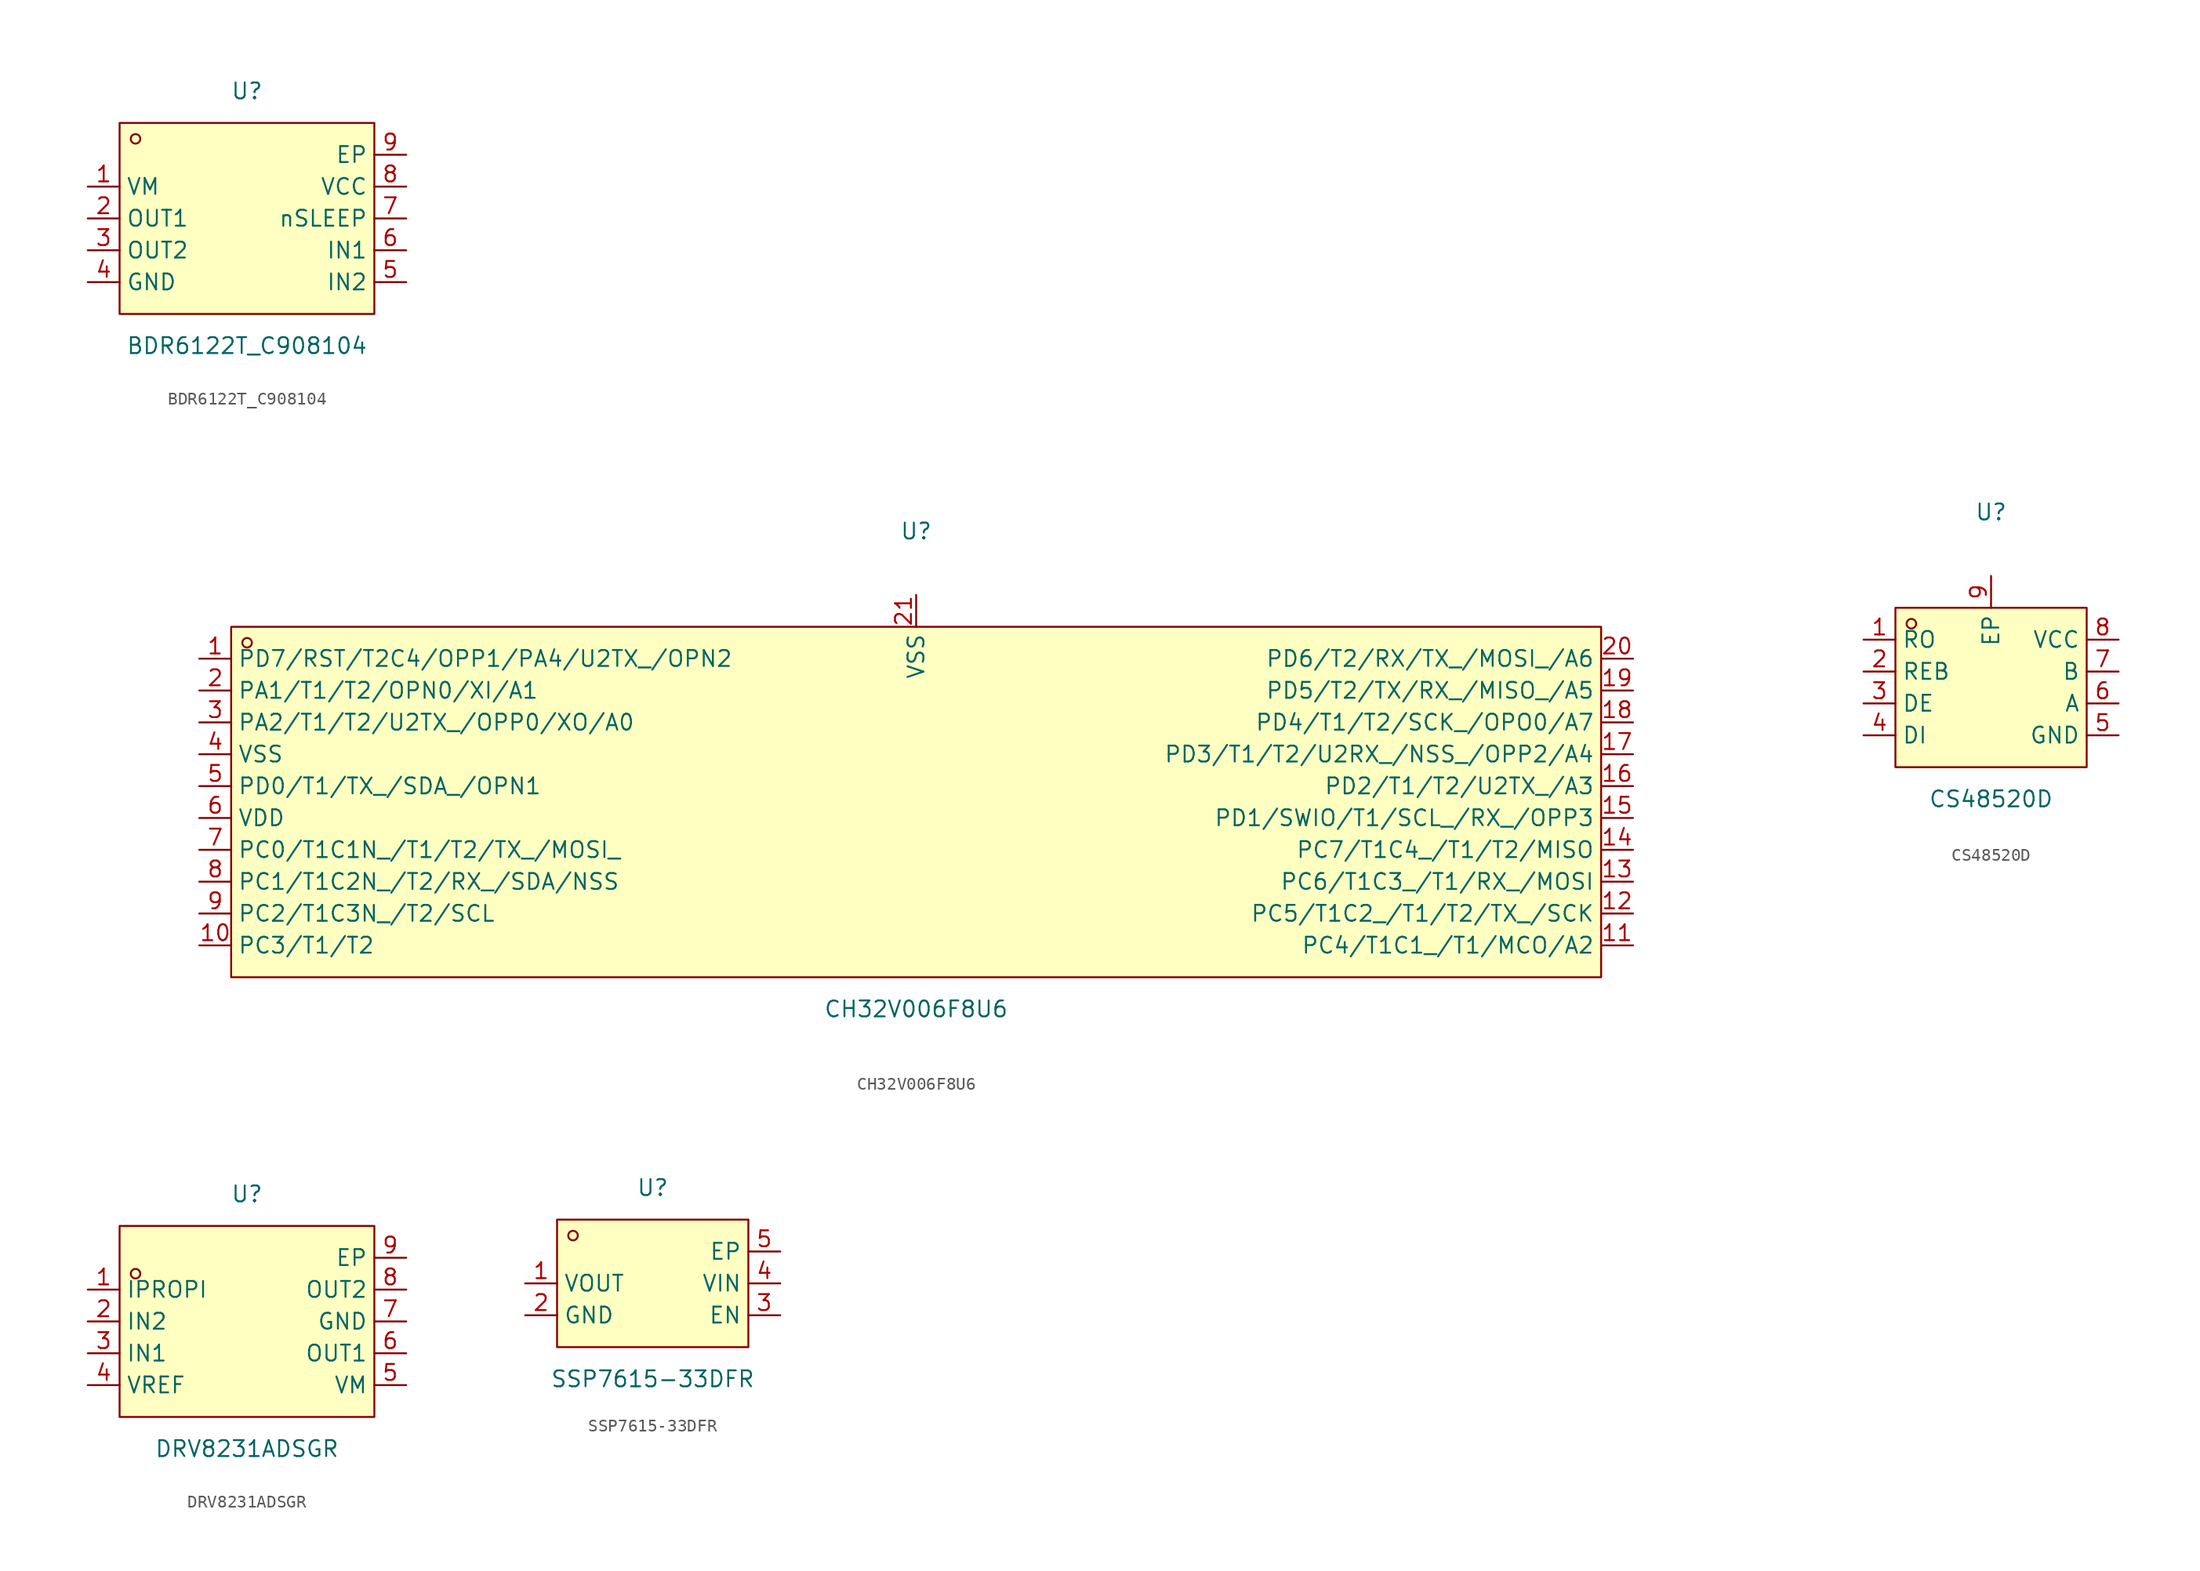
<source format=kicad_sym>
(kicad_symbol_lib
  (version 20231120)
  (generator "kicad_symbol_editor")
  (generator_version "8.0")
  (symbol "BDR6122T_C908104"
    (property "Reference" "U"
      (at 0 10.16 0)
      (effects (font (size 1.27 1.27))))
    (property "Value" "BDR6122T_C908104"
      (at 0 -10.16 0)
      (effects (font (size 1.27 1.27))))
    (symbol "BDR6122T_C908104_0_1"
      (rectangle (start -10.16 7.62) (end 10.16 -7.62) (stroke (width 0) (type default) (color 0 0 0 0)) (fill (type background)))
      (circle (center -8.89 6.35) (radius 0.38) (stroke (width 0) (type default) (color 0 0 0 0)) (fill (type none)))
      (pin unspecified line (at -12.70 2.54 0) (length 2.54) (name "VM" (effects (font (size 1.27 1.27)))) (number "1" (effects (font (size 1.27 1.27)))))
      (pin unspecified line (at -12.70 -0.00 0) (length 2.54) (name "OUT1" (effects (font (size 1.27 1.27)))) (number "2" (effects (font (size 1.27 1.27)))))
      (pin unspecified line (at -12.70 -2.54 0) (length 2.54) (name "OUT2" (effects (font (size 1.27 1.27)))) (number "3" (effects (font (size 1.27 1.27)))))
      (pin unspecified line (at -12.70 -5.08 0) (length 2.54) (name "GND" (effects (font (size 1.27 1.27)))) (number "4" (effects (font (size 1.27 1.27)))))
      (pin unspecified line (at 12.70 -5.08 180) (length 2.54) (name "IN2" (effects (font (size 1.27 1.27)))) (number "5" (effects (font (size 1.27 1.27)))))
      (pin unspecified line (at 12.70 -2.54 180) (length 2.54) (name "IN1" (effects (font (size 1.27 1.27)))) (number "6" (effects (font (size 1.27 1.27)))))
      (pin unspecified line (at 12.70 -0.00 180) (length 2.54) (name "nSLEEP" (effects (font (size 1.27 1.27)))) (number "7" (effects (font (size 1.27 1.27)))))
      (pin unspecified line (at 12.70 2.54 180) (length 2.54) (name "VCC" (effects (font (size 1.27 1.27)))) (number "8" (effects (font (size 1.27 1.27)))))
      (pin unspecified line (at 12.70 5.08 180) (length 2.54) (name "EP" (effects (font (size 1.27 1.27)))) (number "9" (effects (font (size 1.27 1.27)))))))
  (symbol "CH32V006F8U6"
    (property "Reference" "U"
      (at 0 21.59 0)
      (effects (font (size 1.27 1.27))))
    (property "Value" "CH32V006F8U6"
      (at 0 -16.51 0)
      (effects (font (size 1.27 1.27))))
    (symbol "CH32V006F8U6_0_1"
      (rectangle (start -54.61 13.97) (end 54.61 -13.97) (stroke (width 0) (type default) (color 0 0 0 0)) (fill (type background)))
      (circle (center -53.34 12.70) (radius 0.38) (stroke (width 0) (type default) (color 0 0 0 0)) (fill (type none)))
      (pin unspecified line (at -57.15 11.43 0) (length 2.54) (name "PD7/RST/T2C4/OPP1/PA4/U2TX_/OPN2" (effects (font (size 1.27 1.27)))) (number "1" (effects (font (size 1.27 1.27)))))
      (pin unspecified line (at -57.15 8.89 0) (length 2.54) (name "PA1/T1/T2/OPN0/XI/A1" (effects (font (size 1.27 1.27)))) (number "2" (effects (font (size 1.27 1.27)))))
      (pin unspecified line (at -57.15 6.35 0) (length 2.54) (name "PA2/T1/T2/U2TX_/OPP0/XO/A0" (effects (font (size 1.27 1.27)))) (number "3" (effects (font (size 1.27 1.27)))))
      (pin unspecified line (at -57.15 3.81 0) (length 2.54) (name "VSS" (effects (font (size 1.27 1.27)))) (number "4" (effects (font (size 1.27 1.27)))))
      (pin unspecified line (at -57.15 1.27 0) (length 2.54) (name "PD0/T1/TX_/SDA_/OPN1" (effects (font (size 1.27 1.27)))) (number "5" (effects (font (size 1.27 1.27)))))
      (pin unspecified line (at -57.15 -1.27 0) (length 2.54) (name "VDD" (effects (font (size 1.27 1.27)))) (number "6" (effects (font (size 1.27 1.27)))))
      (pin unspecified line (at -57.15 -3.81 0) (length 2.54) (name "PC0/T1C1N_/T1/T2/TX_/MOSI_" (effects (font (size 1.27 1.27)))) (number "7" (effects (font (size 1.27 1.27)))))
      (pin unspecified line (at -57.15 -6.35 0) (length 2.54) (name "PC1/T1C2N_/T2/RX_/SDA/NSS" (effects (font (size 1.27 1.27)))) (number "8" (effects (font (size 1.27 1.27)))))
      (pin unspecified line (at -57.15 -8.89 0) (length 2.54) (name "PC2/T1C3N_/T2/SCL" (effects (font (size 1.27 1.27)))) (number "9" (effects (font (size 1.27 1.27)))))
      (pin unspecified line (at -57.15 -11.43 0) (length 2.54) (name "PC3/T1/T2" (effects (font (size 1.27 1.27)))) (number "10" (effects (font (size 1.27 1.27)))))
      (pin unspecified line (at 57.15 -11.43 180) (length 2.54) (name "PC4/T1C1_/T1/MCO/A2" (effects (font (size 1.27 1.27)))) (number "11" (effects (font (size 1.27 1.27)))))
      (pin unspecified line (at 57.15 -8.89 180) (length 2.54) (name "PC5/T1C2_/T1/T2/TX_/SCK" (effects (font (size 1.27 1.27)))) (number "12" (effects (font (size 1.27 1.27)))))
      (pin unspecified line (at 57.15 -6.35 180) (length 2.54) (name "PC6/T1C3_/T1/RX_/MOSI" (effects (font (size 1.27 1.27)))) (number "13" (effects (font (size 1.27 1.27)))))
      (pin unspecified line (at 57.15 -3.81 180) (length 2.54) (name "PC7/T1C4_/T1/T2/MISO" (effects (font (size 1.27 1.27)))) (number "14" (effects (font (size 1.27 1.27)))))
      (pin unspecified line (at 57.15 -1.27 180) (length 2.54) (name "PD1/SWIO/T1/SCL_/RX_/OPP3" (effects (font (size 1.27 1.27)))) (number "15" (effects (font (size 1.27 1.27)))))
      (pin unspecified line (at 57.15 1.27 180) (length 2.54) (name "PD2/T1/T2/U2TX_/A3" (effects (font (size 1.27 1.27)))) (number "16" (effects (font (size 1.27 1.27)))))
      (pin unspecified line (at 57.15 3.81 180) (length 2.54) (name "PD3/T1/T2/U2RX_/NSS_/OPP2/A4" (effects (font (size 1.27 1.27)))) (number "17" (effects (font (size 1.27 1.27)))))
      (pin unspecified line (at 57.15 6.35 180) (length 2.54) (name "PD4/T1/T2/SCK_/OPO0/A7" (effects (font (size 1.27 1.27)))) (number "18" (effects (font (size 1.27 1.27)))))
      (pin unspecified line (at 57.15 8.89 180) (length 2.54) (name "PD5/T2/TX/RX_/MISO_/A5" (effects (font (size 1.27 1.27)))) (number "19" (effects (font (size 1.27 1.27)))))
      (pin unspecified line (at 57.15 11.43 180) (length 2.54) (name "PD6/T2/RX/TX_/MOSI_/A6" (effects (font (size 1.27 1.27)))) (number "20" (effects (font (size 1.27 1.27)))))
      (pin unspecified line (at 0.00 16.51 270) (length 2.54) (name "VSS" (effects (font (size 1.27 1.27)))) (number "21" (effects (font (size 1.27 1.27)))))))
  (symbol "CS48520D"
    (property "Reference" "U"
      (at 0 12.70 0)
      (effects (font (size 1.27 1.27))))
    (property "Value" "CS48520D"
      (at 0 -10.16 0)
      (effects (font (size 1.27 1.27))))
    (symbol "CS48520D_0_1"
      (rectangle (start -7.62 5.08) (end 7.62 -7.62) (stroke (width 0) (type default) (color 0 0 0 0)) (fill (type background)))
      (circle (center -6.35 3.81) (radius 0.38) (stroke (width 0) (type default) (color 0 0 0 0)) (fill (type none)))
      (pin unspecified line (at -10.16 2.54 0) (length 2.54) (name "RO" (effects (font (size 1.27 1.27)))) (number "1" (effects (font (size 1.27 1.27)))))
      (pin unspecified line (at -10.16 -0.00 0) (length 2.54) (name "REB" (effects (font (size 1.27 1.27)))) (number "2" (effects (font (size 1.27 1.27)))))
      (pin unspecified line (at -10.16 -2.54 0) (length 2.54) (name "DE" (effects (font (size 1.27 1.27)))) (number "3" (effects (font (size 1.27 1.27)))))
      (pin unspecified line (at -10.16 -5.08 0) (length 2.54) (name "DI" (effects (font (size 1.27 1.27)))) (number "4" (effects (font (size 1.27 1.27)))))
      (pin unspecified line (at 10.16 -5.08 180) (length 2.54) (name "GND" (effects (font (size 1.27 1.27)))) (number "5" (effects (font (size 1.27 1.27)))))
      (pin unspecified line (at 10.16 -2.54 180) (length 2.54) (name "A" (effects (font (size 1.27 1.27)))) (number "6" (effects (font (size 1.27 1.27)))))
      (pin unspecified line (at 10.16 -0.00 180) (length 2.54) (name "B" (effects (font (size 1.27 1.27)))) (number "7" (effects (font (size 1.27 1.27)))))
      (pin unspecified line (at 10.16 2.54 180) (length 2.54) (name "VCC" (effects (font (size 1.27 1.27)))) (number "8" (effects (font (size 1.27 1.27)))))
      (pin unspecified line (at 0.00 7.62 270) (length 2.54) (name "EP" (effects (font (size 1.27 1.27)))) (number "9" (effects (font (size 1.27 1.27)))))))
  (symbol "DRV8231ADSGR"
    (property "Reference" "U"
      (at 0 10.16 0)
      (effects (font (size 1.27 1.27))))
    (property "Value" "DRV8231ADSGR"
      (at 0 -10.16 0)
      (effects (font (size 1.27 1.27))))
    (symbol "DRV8231ADSGR_0_1"
      (rectangle (start -10.16 7.62) (end 10.16 -7.62) (stroke (width 0) (type default)) (fill (type background)))
      (circle (center -8.89 3.81) (radius 0.38) (stroke (width 0) (type default)) (fill (type none))))
    (symbol "DRV8231ADSGR_1_1"
      (pin output line (at -12.7 2.54 0) (length 2.54) (name "IPROPI" (effects (font (size 1.27 1.27)))) (number "1" (effects (font (size 1.27 1.27)))))
      (pin input line (at -12.7 0 0) (length 2.54) (name "IN2" (effects (font (size 1.27 1.27)))) (number "2" (effects (font (size 1.27 1.27)))))
      (pin input line (at -12.7 -2.54 0) (length 2.54) (name "IN1" (effects (font (size 1.27 1.27)))) (number "3" (effects (font (size 1.27 1.27)))))
      (pin power_in line (at -12.7 -5.08 0) (length 2.54) (name "VREF" (effects (font (size 1.27 1.27)))) (number "4" (effects (font (size 1.27 1.27)))))
      (pin power_in line (at 12.7 -5.08 180) (length 2.54) (name "VM" (effects (font (size 1.27 1.27)))) (number "5" (effects (font (size 1.27 1.27)))))
      (pin output line (at 12.7 -2.54 180) (length 2.54) (name "OUT1" (effects (font (size 1.27 1.27)))) (number "6" (effects (font (size 1.27 1.27)))))
      (pin power_in line (at 12.7 0 180) (length 2.54) (name "GND" (effects (font (size 1.27 1.27)))) (number "7" (effects (font (size 1.27 1.27)))))
      (pin output line (at 12.7 2.54 180) (length 2.54) (name "OUT2" (effects (font (size 1.27 1.27)))) (number "8" (effects (font (size 1.27 1.27)))))
      (pin power_in line (at 12.7 5.08 180) (length 2.54) (name "EP" (effects (font (size 1.27 1.27)))) (number "9" (effects (font (size 1.27 1.27)))))))
  (symbol "SSP7615-33DFR"
    (property "Reference" "U"
      (at 0 7.62 0)
      (effects (font (size 1.27 1.27))))
    (property "Value" "SSP7615-33DFR"
      (at 0 -7.62 0)
      (effects (font (size 1.27 1.27))))
    (symbol "SSP7615-33DFR_0_1"
      (rectangle (start -7.62 5.08) (end 7.62 -5.08) (stroke (width 0) (type default)) (fill (type background)))
      (circle (center -6.35 3.81) (radius 0.38) (stroke (width 0) (type default)) (fill (type none))))
    (symbol "SSP7615-33DFR_1_1"
      (pin power_out line (at -10.16 0 0) (length 2.54) (name "VOUT" (effects (font (size 1.27 1.27)))) (number "1" (effects (font (size 1.27 1.27)))))
      (pin power_in line (at -10.16 -2.54 0) (length 2.54) (name "GND" (effects (font (size 1.27 1.27)))) (number "2" (effects (font (size 1.27 1.27)))))
      (pin power_in line (at 10.16 -2.54 180) (length 2.54) (name "EN" (effects (font (size 1.27 1.27)))) (number "3" (effects (font (size 1.27 1.27)))))
      (pin power_in line (at 10.16 0 180) (length 2.54) (name "VIN" (effects (font (size 1.27 1.27)))) (number "4" (effects (font (size 1.27 1.27)))))
      (pin power_in line (at 10.16 2.54 180) (length 2.54) (name "EP" (effects (font (size 1.27 1.27)))) (number "5" (effects (font (size 1.27 1.27))))))))
</source>
